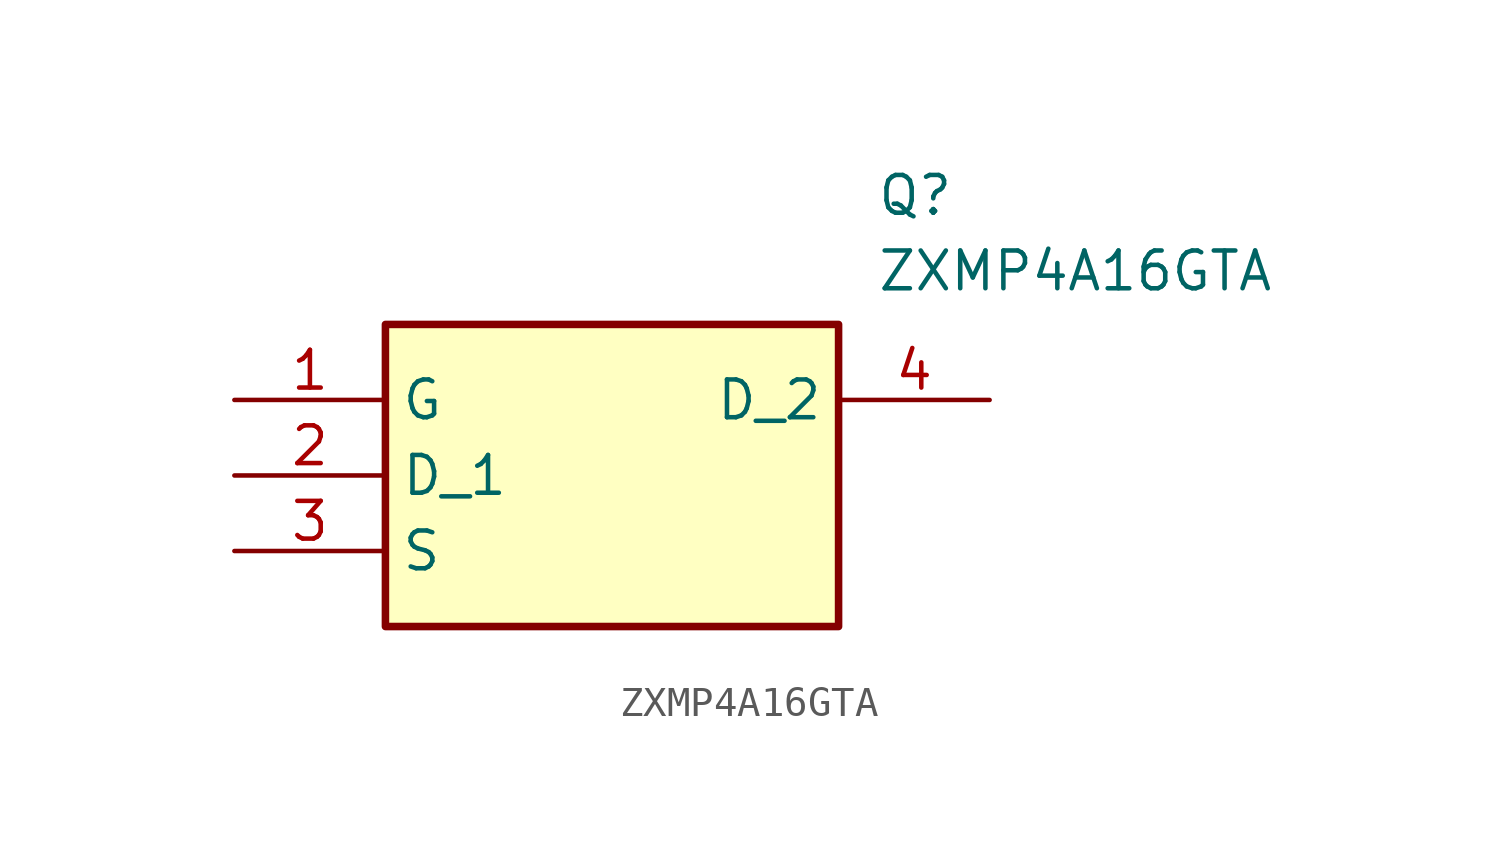
<source format=kicad_sym>
(kicad_symbol_lib
  (version 20211014)
  (generator SamacSys_ECAD_Model)
  (symbol "ZXMP4A16GTA"
    (property "Reference" "Q"
      (at 21.59 7.62 0)
      (effects (font (size 1.27 1.27)) (justify left top)))
    (property "Value" "ZXMP4A16GTA"
      (at 21.59 5.08 0)
      (effects (font (size 1.27 1.27)) (justify left top)))
    (rectangle
      (start 5.08 2.54)
      (end 20.32 -7.62)
      (stroke (width 0.254) (type default))
      (fill (type background)))
    (pin passive line
      (at 0 0 0)
      (length 5.08)
      (name "G" (effects (font (size 1.27 1.27))))
      (number "1" (effects (font (size 1.27 1.27)))))
    (pin passive line
      (at 0 -2.54 0)
      (length 5.08)
      (name "D_1" (effects (font (size 1.27 1.27))))
      (number "2" (effects (font (size 1.27 1.27)))))
    (pin passive line
      (at 0 -5.08 0)
      (length 5.08)
      (name "S" (effects (font (size 1.27 1.27))))
      (number "3" (effects (font (size 1.27 1.27)))))
    (pin passive line
      (at 25.4 0 180)
      (length 5.08)
      (name "D_2" (effects (font (size 1.27 1.27))))
      (number "4" (effects (font (size 1.27 1.27)))))))
</source>
